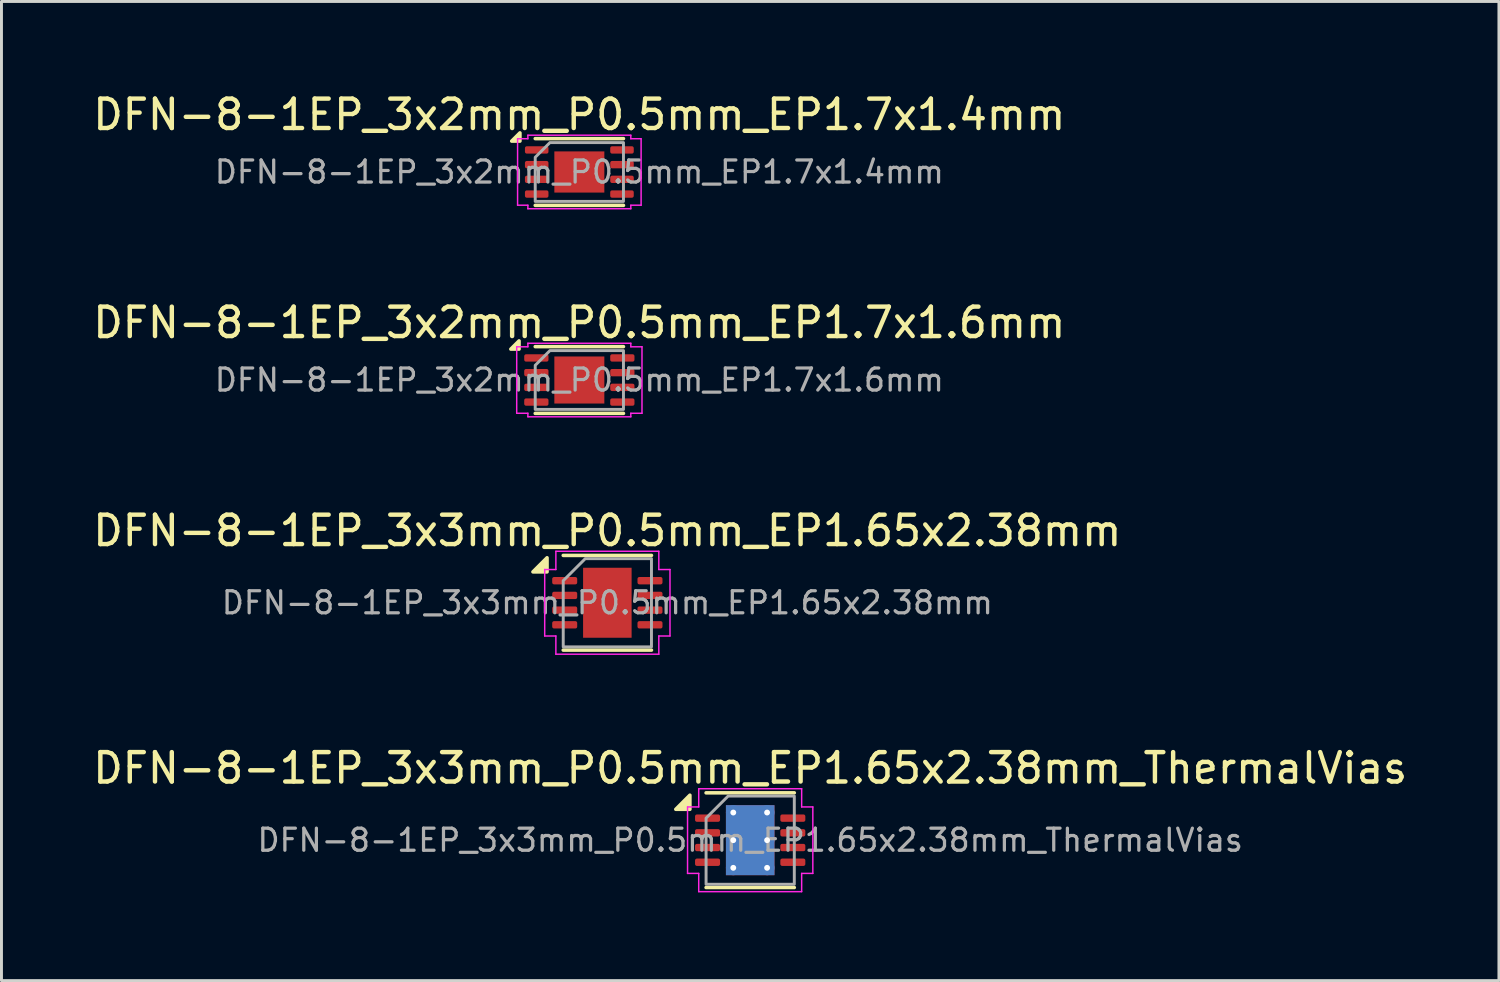
<source format=kicad_pcb>
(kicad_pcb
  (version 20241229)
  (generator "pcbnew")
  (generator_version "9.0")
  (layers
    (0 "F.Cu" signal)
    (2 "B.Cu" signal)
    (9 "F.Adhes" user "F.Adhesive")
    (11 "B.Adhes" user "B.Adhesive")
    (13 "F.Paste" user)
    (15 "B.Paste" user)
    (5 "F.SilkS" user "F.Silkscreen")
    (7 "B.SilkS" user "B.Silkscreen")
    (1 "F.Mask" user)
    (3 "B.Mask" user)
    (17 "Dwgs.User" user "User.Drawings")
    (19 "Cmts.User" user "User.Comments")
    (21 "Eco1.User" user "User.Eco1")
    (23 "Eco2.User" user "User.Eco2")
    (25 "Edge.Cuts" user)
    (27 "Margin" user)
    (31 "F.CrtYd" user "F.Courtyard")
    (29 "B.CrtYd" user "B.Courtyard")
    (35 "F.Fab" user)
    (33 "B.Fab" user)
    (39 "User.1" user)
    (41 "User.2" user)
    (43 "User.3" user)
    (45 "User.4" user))
  (footprint "DFN-8-1EP_3x3mm_P0.5mm_EP1.65x2.38mm_ThermalVias"
    (layer "F.Cu")
    (at 22.458 25.518)
    (property "Reference" "DFN-8-1EP_3x3mm_P0.5mm_EP1.65x2.38mm_ThermalVias" (at 0 -2.45 0) (layer "F.SilkS") (effects (font (size 1 1) (thickness 0.15))))
    (attr smd)
    (fp_line (start -1.5 -1.61) (end 1.5 -1.61) (stroke (width 0.12) (type solid)) (layer "F.SilkS"))
    (fp_line (start -1.5 1.61) (end 1.5 1.61) (stroke (width 0.12) (type solid)) (layer "F.SilkS"))
    (fp_poly (pts (xy -2.05 -1.05) (xy -2.53 -1.05) (xy -2.05 -1.53)) (stroke (width 0.12) (type solid)) (fill yes) (layer "F.SilkS"))
    (fp_line (start -2.13 -1.13) (end -1.75 -1.13) (stroke (width 0.05) (type solid)) (layer "F.CrtYd"))
    (fp_line (start -2.13 1.13) (end -2.13 -1.13) (stroke (width 0.05) (type solid)) (layer "F.CrtYd"))
    (fp_line (start -1.75 -1.75) (end 1.75 -1.75) (stroke (width 0.05) (type solid)) (layer "F.CrtYd"))
    (fp_line (start -1.75 -1.13) (end -1.75 -1.75) (stroke (width 0.05) (type solid)) (layer "F.CrtYd"))
    (fp_line (start -1.75 1.13) (end -2.13 1.13) (stroke (width 0.05) (type solid)) (layer "F.CrtYd"))
    (fp_line (start -1.75 1.75) (end -1.75 1.13) (stroke (width 0.05) (type solid)) (layer "F.CrtYd"))
    (fp_line (start 1.75 -1.75) (end 1.75 -1.13) (stroke (width 0.05) (type solid)) (layer "F.CrtYd"))
    (fp_line (start 1.75 -1.13) (end 2.13 -1.13) (stroke (width 0.05) (type solid)) (layer "F.CrtYd"))
    (fp_line (start 1.75 1.13) (end 1.75 1.75) (stroke (width 0.05) (type solid)) (layer "F.CrtYd"))
    (fp_line (start 1.75 1.75) (end -1.75 1.75) (stroke (width 0.05) (type solid)) (layer "F.CrtYd"))
    (fp_line (start 2.13 -1.13) (end 2.13 1.13) (stroke (width 0.05) (type solid)) (layer "F.CrtYd"))
    (fp_line (start 2.13 1.13) (end 1.75 1.13) (stroke (width 0.05) (type solid)) (layer "F.CrtYd"))
    (fp_poly (pts (xy -1.5 -0.75) (xy -1.5 1.5) (xy 1.5 1.5) (xy 1.5 -1.5) (xy -0.75 -1.5)) (stroke (width 0.1) (type solid)) (fill no) (layer "F.Fab"))
    (fp_text user "${REFERENCE}" (at 0 0 0) (layer "F.Fab") (effects (font (size 0.75 0.75) (thickness 0.11))))
    (pad "" smd roundrect (at -0.41 -0.595) (size 0.67 0.96) (layers "F.Paste") (roundrect_rratio 0.25))
    (pad "" smd roundrect (at -0.41 0.595) (size 0.67 0.96) (layers "F.Paste") (roundrect_rratio 0.25))
    (pad "" smd roundrect (at 0.41 -0.595) (size 0.67 0.96) (layers "F.Paste") (roundrect_rratio 0.25))
    (pad "" smd roundrect (at 0.41 0.595) (size 0.67 0.96) (layers "F.Paste") (roundrect_rratio 0.25))
    (pad "1" smd roundrect (at -1.45 -0.75) (size 0.85 0.25) (layers "F.Cu" "F.Mask" "F.Paste") (roundrect_rratio 0.25))
    (pad "2" smd roundrect (at -1.45 -0.25) (size 0.85 0.25) (layers "F.Cu" "F.Mask" "F.Paste") (roundrect_rratio 0.25))
    (pad "3" smd roundrect (at -1.45 0.25) (size 0.85 0.25) (layers "F.Cu" "F.Mask" "F.Paste") (roundrect_rratio 0.25))
    (pad "4" smd roundrect (at -1.45 0.75) (size 0.85 0.25) (layers "F.Cu" "F.Mask" "F.Paste") (roundrect_rratio 0.25))
    (pad "5" smd roundrect (at 1.45 0.75) (size 0.85 0.25) (layers "F.Cu" "F.Mask" "F.Paste") (roundrect_rratio 0.25))
    (pad "6" smd roundrect (at 1.45 0.25) (size 0.85 0.25) (layers "F.Cu" "F.Mask" "F.Paste") (roundrect_rratio 0.25))
    (pad "7" smd roundrect (at 1.45 -0.25) (size 0.85 0.25) (layers "F.Cu" "F.Mask" "F.Paste") (roundrect_rratio 0.25))
    (pad "8" smd roundrect (at 1.45 -0.75) (size 0.85 0.25) (layers "F.Cu" "F.Mask" "F.Paste") (roundrect_rratio 0.25))
    (pad "9" thru_hole circle (at -0.575 -0.94) (size 0.5 0.5) (drill 0.2) (property pad_prop_heatsink) (layers "*.Cu"))
    (pad "9" thru_hole circle (at -0.575 0) (size 0.5 0.5) (drill 0.2) (property pad_prop_heatsink) (layers "*.Cu"))
    (pad "9" thru_hole circle (at -0.575 0.94) (size 0.5 0.5) (drill 0.2) (property pad_prop_heatsink) (layers "*.Cu"))
    (pad "9" smd rect (at 0 0) (size 1.65 2.38) (property pad_prop_heatsink) (layers "F.Cu" "F.Mask"))
    (pad "9" smd rect (at 0 0) (size 1.65 2.38) (property pad_prop_heatsink) (layers "B.Cu"))
    (pad "9" thru_hole circle (at 0.575 -0.94) (size 0.5 0.5) (drill 0.2) (property pad_prop_heatsink) (layers "*.Cu"))
    (pad "9" thru_hole circle (at 0.575 0) (size 0.5 0.5) (drill 0.2) (property pad_prop_heatsink) (layers "*.Cu"))
    (pad "9" thru_hole circle (at 0.575 0.94) (size 0.5 0.5) (drill 0.2) (property pad_prop_heatsink) (layers "*.Cu")))
  (footprint "DFN-8-1EP_3x2mm_P0.5mm_EP1.7x1.6mm"
    (layer "F.Cu")
    (at 16.649 9.871)
    (property "Reference" "DFN-8-1EP_3x2mm_P0.5mm_EP1.7x1.6mm" (at 0 -1.95 0) (layer "F.SilkS") (effects (font (size 1 1) (thickness 0.15))))
    (attr smd)
    (fp_line (start -1.5 -1.135) (end 1.5 -1.135) (stroke (width 0.12) (type solid)) (layer "F.SilkS"))
    (fp_line (start -1.5 1.135) (end 1.5 1.135) (stroke (width 0.12) (type solid)) (layer "F.SilkS"))
    (fp_poly (pts (xy -2.05 -1.05) (xy -2.33 -1.05) (xy -2.05 -1.33)) (stroke (width 0.12) (type solid)) (fill yes) (layer "F.SilkS"))
    (fp_line (start -2.13 -1.13) (end -1.75 -1.13) (stroke (width 0.05) (type solid)) (layer "F.CrtYd"))
    (fp_line (start -2.13 1.13) (end -2.13 -1.13) (stroke (width 0.05) (type solid)) (layer "F.CrtYd"))
    (fp_line (start -1.75 -1.25) (end 1.75 -1.25) (stroke (width 0.05) (type solid)) (layer "F.CrtYd"))
    (fp_line (start -1.75 -1.13) (end -1.75 -1.25) (stroke (width 0.05) (type solid)) (layer "F.CrtYd"))
    (fp_line (start -1.75 1.13) (end -2.13 1.13) (stroke (width 0.05) (type solid)) (layer "F.CrtYd"))
    (fp_line (start -1.75 1.25) (end -1.75 1.13) (stroke (width 0.05) (type solid)) (layer "F.CrtYd"))
    (fp_line (start 1.75 -1.25) (end 1.75 -1.13) (stroke (width 0.05) (type solid)) (layer "F.CrtYd"))
    (fp_line (start 1.75 -1.13) (end 2.13 -1.13) (stroke (width 0.05) (type solid)) (layer "F.CrtYd"))
    (fp_line (start 1.75 1.13) (end 1.75 1.25) (stroke (width 0.05) (type solid)) (layer "F.CrtYd"))
    (fp_line (start 1.75 1.25) (end -1.75 1.25) (stroke (width 0.05) (type solid)) (layer "F.CrtYd"))
    (fp_line (start 2.13 -1.13) (end 2.13 1.13) (stroke (width 0.05) (type solid)) (layer "F.CrtYd"))
    (fp_line (start 2.13 1.13) (end 1.75 1.13) (stroke (width 0.05) (type solid)) (layer "F.CrtYd"))
    (fp_poly (pts (xy -1.5 -0.5) (xy -1.5 1) (xy 1.5 1) (xy 1.5 -1) (xy -1 -1)) (stroke (width 0.1) (type solid)) (fill no) (layer "F.Fab"))
    (fp_text user "${REFERENCE}" (at 0 0 0) (layer "F.Fab") (effects (font (size 0.75 0.75) (thickness 0.11))))
    (pad "" smd roundrect (at -0.425 -0.4) (size 0.69 0.64) (layers "F.Paste") (roundrect_rratio 0.25))
    (pad "" smd roundrect (at -0.425 0.4) (size 0.69 0.64) (layers "F.Paste") (roundrect_rratio 0.25))
    (pad "" smd roundrect (at 0.425 -0.4) (size 0.69 0.64) (layers "F.Paste") (roundrect_rratio 0.25))
    (pad "" smd roundrect (at 0.425 0.4) (size 0.69 0.64) (layers "F.Paste") (roundrect_rratio 0.25))
    (pad "1" smd roundrect (at -1.462 -0.75) (size 0.825 0.25) (layers "F.Cu" "F.Mask" "F.Paste") (roundrect_rratio 0.25))
    (pad "2" smd roundrect (at -1.462 -0.25) (size 0.825 0.25) (layers "F.Cu" "F.Mask" "F.Paste") (roundrect_rratio 0.25))
    (pad "3" smd roundrect (at -1.462 0.25) (size 0.825 0.25) (layers "F.Cu" "F.Mask" "F.Paste") (roundrect_rratio 0.25))
    (pad "4" smd roundrect (at -1.462 0.75) (size 0.825 0.25) (layers "F.Cu" "F.Mask" "F.Paste") (roundrect_rratio 0.25))
    (pad "5" smd roundrect (at 1.462 0.75) (size 0.825 0.25) (layers "F.Cu" "F.Mask" "F.Paste") (roundrect_rratio 0.25))
    (pad "6" smd roundrect (at 1.462 0.25) (size 0.825 0.25) (layers "F.Cu" "F.Mask" "F.Paste") (roundrect_rratio 0.25))
    (pad "7" smd roundrect (at 1.462 -0.25) (size 0.825 0.25) (layers "F.Cu" "F.Mask" "F.Paste") (roundrect_rratio 0.25))
    (pad "8" smd roundrect (at 1.462 -0.75) (size 0.825 0.25) (layers "F.Cu" "F.Mask" "F.Paste") (roundrect_rratio 0.25))
    (pad "9" smd rect (at 0 0) (size 1.7 1.6) (property pad_prop_heatsink) (layers "F.Cu" "F.Mask")))
  (footprint "DFN-8-1EP_3x3mm_P0.5mm_EP1.65x2.38mm"
    (layer "F.Cu")
    (at 17.601 17.445)
    (property "Reference" "DFN-8-1EP_3x3mm_P0.5mm_EP1.65x2.38mm" (at 0 -2.45 0) (layer "F.SilkS") (effects (font (size 1 1) (thickness 0.15))))
    (attr smd)
    (fp_line (start -1.5 -1.61) (end 1.5 -1.61) (stroke (width 0.12) (type solid)) (layer "F.SilkS"))
    (fp_line (start -1.5 1.61) (end 1.5 1.61) (stroke (width 0.12) (type solid)) (layer "F.SilkS"))
    (fp_poly (pts (xy -2.05 -1.05) (xy -2.53 -1.05) (xy -2.05 -1.53)) (stroke (width 0.12) (type solid)) (fill yes) (layer "F.SilkS"))
    (fp_line (start -2.13 -1.13) (end -1.75 -1.13) (stroke (width 0.05) (type solid)) (layer "F.CrtYd"))
    (fp_line (start -2.13 1.13) (end -2.13 -1.13) (stroke (width 0.05) (type solid)) (layer "F.CrtYd"))
    (fp_line (start -1.75 -1.75) (end 1.75 -1.75) (stroke (width 0.05) (type solid)) (layer "F.CrtYd"))
    (fp_line (start -1.75 -1.13) (end -1.75 -1.75) (stroke (width 0.05) (type solid)) (layer "F.CrtYd"))
    (fp_line (start -1.75 1.13) (end -2.13 1.13) (stroke (width 0.05) (type solid)) (layer "F.CrtYd"))
    (fp_line (start -1.75 1.75) (end -1.75 1.13) (stroke (width 0.05) (type solid)) (layer "F.CrtYd"))
    (fp_line (start 1.75 -1.75) (end 1.75 -1.13) (stroke (width 0.05) (type solid)) (layer "F.CrtYd"))
    (fp_line (start 1.75 -1.13) (end 2.13 -1.13) (stroke (width 0.05) (type solid)) (layer "F.CrtYd"))
    (fp_line (start 1.75 1.13) (end 1.75 1.75) (stroke (width 0.05) (type solid)) (layer "F.CrtYd"))
    (fp_line (start 1.75 1.75) (end -1.75 1.75) (stroke (width 0.05) (type solid)) (layer "F.CrtYd"))
    (fp_line (start 2.13 -1.13) (end 2.13 1.13) (stroke (width 0.05) (type solid)) (layer "F.CrtYd"))
    (fp_line (start 2.13 1.13) (end 1.75 1.13) (stroke (width 0.05) (type solid)) (layer "F.CrtYd"))
    (fp_poly (pts (xy -1.5 -0.75) (xy -1.5 1.5) (xy 1.5 1.5) (xy 1.5 -1.5) (xy -0.75 -1.5)) (stroke (width 0.1) (type solid)) (fill no) (layer "F.Fab"))
    (fp_text user "${REFERENCE}" (at 0 0 0) (layer "F.Fab") (effects (font (size 0.75 0.75) (thickness 0.11))))
    (pad "" smd roundrect (at 0 0) (size 1.33 1.92) (layers "F.Paste") (roundrect_rratio 0.188))
    (pad "1" smd roundrect (at -1.45 -0.75) (size 0.85 0.25) (layers "F.Cu" "F.Mask" "F.Paste") (roundrect_rratio 0.25))
    (pad "2" smd roundrect (at -1.45 -0.25) (size 0.85 0.25) (layers "F.Cu" "F.Mask" "F.Paste") (roundrect_rratio 0.25))
    (pad "3" smd roundrect (at -1.45 0.25) (size 0.85 0.25) (layers "F.Cu" "F.Mask" "F.Paste") (roundrect_rratio 0.25))
    (pad "4" smd roundrect (at -1.45 0.75) (size 0.85 0.25) (layers "F.Cu" "F.Mask" "F.Paste") (roundrect_rratio 0.25))
    (pad "5" smd roundrect (at 1.45 0.75) (size 0.85 0.25) (layers "F.Cu" "F.Mask" "F.Paste") (roundrect_rratio 0.25))
    (pad "6" smd roundrect (at 1.45 0.25) (size 0.85 0.25) (layers "F.Cu" "F.Mask" "F.Paste") (roundrect_rratio 0.25))
    (pad "7" smd roundrect (at 1.45 -0.25) (size 0.85 0.25) (layers "F.Cu" "F.Mask" "F.Paste") (roundrect_rratio 0.25))
    (pad "8" smd roundrect (at 1.45 -0.75) (size 0.85 0.25) (layers "F.Cu" "F.Mask" "F.Paste") (roundrect_rratio 0.25))
    (pad "9" smd rect (at 0 0) (size 1.65 2.38) (property pad_prop_heatsink) (layers "F.Cu" "F.Mask")))
  (footprint "DFN-8-1EP_3x2mm_P0.5mm_EP1.7x1.4mm"
    (layer "F.Cu")
    (at 16.649 2.798)
    (property "Reference" "DFN-8-1EP_3x2mm_P0.5mm_EP1.7x1.4mm" (at 0 -1.95 0) (layer "F.SilkS") (effects (font (size 1 1) (thickness 0.15))))
    (attr smd)
    (fp_line (start -1.5 -1.135) (end 1.5 -1.135) (stroke (width 0.12) (type solid)) (layer "F.SilkS"))
    (fp_line (start -1.5 1.135) (end 1.5 1.135) (stroke (width 0.12) (type solid)) (layer "F.SilkS"))
    (fp_poly (pts (xy -2.02 -1.05) (xy -2.3 -1.05) (xy -2.02 -1.33)) (stroke (width 0.12) (type solid)) (fill yes) (layer "F.SilkS"))
    (fp_line (start -2.1 -1.13) (end -1.75 -1.13) (stroke (width 0.05) (type solid)) (layer "F.CrtYd"))
    (fp_line (start -2.1 1.13) (end -2.1 -1.13) (stroke (width 0.05) (type solid)) (layer "F.CrtYd"))
    (fp_line (start -1.75 -1.25) (end 1.75 -1.25) (stroke (width 0.05) (type solid)) (layer "F.CrtYd"))
    (fp_line (start -1.75 -1.13) (end -1.75 -1.25) (stroke (width 0.05) (type solid)) (layer "F.CrtYd"))
    (fp_line (start -1.75 1.13) (end -2.1 1.13) (stroke (width 0.05) (type solid)) (layer "F.CrtYd"))
    (fp_line (start -1.75 1.25) (end -1.75 1.13) (stroke (width 0.05) (type solid)) (layer "F.CrtYd"))
    (fp_line (start 1.75 -1.25) (end 1.75 -1.13) (stroke (width 0.05) (type solid)) (layer "F.CrtYd"))
    (fp_line (start 1.75 -1.13) (end 2.1 -1.13) (stroke (width 0.05) (type solid)) (layer "F.CrtYd"))
    (fp_line (start 1.75 1.13) (end 1.75 1.25) (stroke (width 0.05) (type solid)) (layer "F.CrtYd"))
    (fp_line (start 1.75 1.25) (end -1.75 1.25) (stroke (width 0.05) (type solid)) (layer "F.CrtYd"))
    (fp_line (start 2.1 -1.13) (end 2.1 1.13) (stroke (width 0.05) (type solid)) (layer "F.CrtYd"))
    (fp_line (start 2.1 1.13) (end 1.75 1.13) (stroke (width 0.05) (type solid)) (layer "F.CrtYd"))
    (fp_poly (pts (xy -1.5 -0.5) (xy -1.5 1) (xy 1.5 1) (xy 1.5 -1) (xy -1 -1)) (stroke (width 0.1) (type solid)) (fill no) (layer "F.Fab"))
    (fp_text user "${REFERENCE}" (at 0 0 0) (layer "F.Fab") (effects (font (size 0.75 0.75) (thickness 0.11))))
    (pad "" smd roundrect (at -0.425 -0.35) (size 0.69 0.56) (layers "F.Paste") (roundrect_rratio 0.25))
    (pad "" smd roundrect (at -0.425 0.35) (size 0.69 0.56) (layers "F.Paste") (roundrect_rratio 0.25))
    (pad "" smd roundrect (at 0.425 -0.35) (size 0.69 0.56) (layers "F.Paste") (roundrect_rratio 0.25))
    (pad "" smd roundrect (at 0.425 0.35) (size 0.69 0.56) (layers "F.Paste") (roundrect_rratio 0.25))
    (pad "1" smd roundrect (at -1.45 -0.75) (size 0.8 0.25) (layers "F.Cu" "F.Mask" "F.Paste") (roundrect_rratio 0.25))
    (pad "2" smd roundrect (at -1.45 -0.25) (size 0.8 0.25) (layers "F.Cu" "F.Mask" "F.Paste") (roundrect_rratio 0.25))
    (pad "3" smd roundrect (at -1.45 0.25) (size 0.8 0.25) (layers "F.Cu" "F.Mask" "F.Paste") (roundrect_rratio 0.25))
    (pad "4" smd roundrect (at -1.45 0.75) (size 0.8 0.25) (layers "F.Cu" "F.Mask" "F.Paste") (roundrect_rratio 0.25))
    (pad "5" smd roundrect (at 1.45 0.75) (size 0.8 0.25) (layers "F.Cu" "F.Mask" "F.Paste") (roundrect_rratio 0.25))
    (pad "6" smd roundrect (at 1.45 0.25) (size 0.8 0.25) (layers "F.Cu" "F.Mask" "F.Paste") (roundrect_rratio 0.25))
    (pad "7" smd roundrect (at 1.45 -0.25) (size 0.8 0.25) (layers "F.Cu" "F.Mask" "F.Paste") (roundrect_rratio 0.25))
    (pad "8" smd roundrect (at 1.45 -0.75) (size 0.8 0.25) (layers "F.Cu" "F.Mask" "F.Paste") (roundrect_rratio 0.25))
    (pad "9" smd rect (at 0 0) (size 1.7 1.4) (property pad_prop_heatsink) (layers "F.Cu" "F.Mask")))
  (gr_rect
    (start -3 -3)
    (end 47.917 30.293)
    (stroke (width 0.1) (type default))
    (fill no)
    (layer "Edge.Cuts")))
</source>
